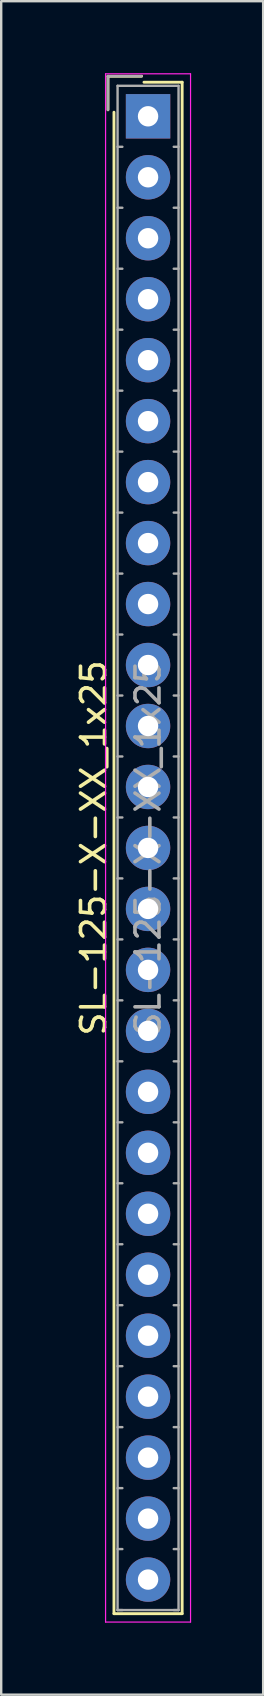
<source format=kicad_pcb>
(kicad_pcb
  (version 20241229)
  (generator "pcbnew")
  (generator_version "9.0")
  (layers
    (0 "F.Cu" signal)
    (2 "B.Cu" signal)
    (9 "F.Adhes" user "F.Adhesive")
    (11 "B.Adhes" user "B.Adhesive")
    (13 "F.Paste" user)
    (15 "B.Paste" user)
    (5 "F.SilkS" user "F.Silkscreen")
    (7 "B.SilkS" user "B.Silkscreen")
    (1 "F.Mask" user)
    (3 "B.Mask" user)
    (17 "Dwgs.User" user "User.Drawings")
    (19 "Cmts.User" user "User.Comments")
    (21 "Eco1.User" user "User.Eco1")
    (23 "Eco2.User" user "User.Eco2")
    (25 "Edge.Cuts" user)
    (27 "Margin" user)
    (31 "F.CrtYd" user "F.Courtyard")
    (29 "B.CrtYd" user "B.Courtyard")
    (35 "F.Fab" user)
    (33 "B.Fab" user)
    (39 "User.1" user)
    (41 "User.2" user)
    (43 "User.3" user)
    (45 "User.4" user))
  (footprint "SL-125-X-XX_1x25"
    (layer "F.Cu")
    (at 3.118 1.795)
    (property "Reference" "SL-125-X-XX_1x25" (at -2.27 30.48 90) (layer "F.SilkS") (effects (font (size 1 1) (thickness 0.15))))
    (attr through_hole)
    (fp_line (start -1.67 -1.67) (end -1.67 -0.27) (stroke (width 0.12) (type solid)) (layer "F.SilkS"))
    (fp_line (start -1.42 62.38) (end -1.42 -0.17) (stroke (width 0.12) (type solid)) (layer "F.SilkS"))
    (fp_line (start -0.27 -1.67) (end -1.67 -1.67) (stroke (width 0.12) (type solid)) (layer "F.SilkS"))
    (fp_line (start -0.17 -1.42) (end 1.42 -1.42) (stroke (width 0.12) (type solid)) (layer "F.SilkS"))
    (fp_line (start 1.42 -1.42) (end 1.42 62.38) (stroke (width 0.12) (type solid)) (layer "F.SilkS"))
    (fp_line (start 1.42 62.38) (end -1.42 62.38) (stroke (width 0.12) (type solid)) (layer "F.SilkS"))
    (fp_line (start -1.77 -1.77) (end -1.77 62.73) (stroke (width 0.05) (type solid)) (layer "F.CrtYd"))
    (fp_line (start -1.77 62.73) (end 1.77 62.73) (stroke (width 0.05) (type solid)) (layer "F.CrtYd"))
    (fp_line (start 1.77 -1.77) (end -1.77 -1.77) (stroke (width 0.05) (type solid)) (layer "F.CrtYd"))
    (fp_line (start 1.77 62.73) (end 1.77 -1.77) (stroke (width 0.05) (type solid)) (layer "F.CrtYd"))
    (fp_line (start -1.67 -1.67) (end -1.67 -0.27) (stroke (width 0.1) (type solid)) (layer "F.Fab"))
    (fp_line (start -1.27 -1.27) (end -1.27 62.23) (stroke (width 0.1) (type solid)) (layer "F.Fab"))
    (fp_line (start -1.27 1.27) (end -1.07 1.27) (stroke (width 0.1) (type solid)) (layer "F.Fab"))
    (fp_line (start -1.27 3.81) (end -1.07 3.81) (stroke (width 0.1) (type solid)) (layer "F.Fab"))
    (fp_line (start -1.27 6.35) (end -1.07 6.35) (stroke (width 0.1) (type solid)) (layer "F.Fab"))
    (fp_line (start -1.27 8.89) (end -1.07 8.89) (stroke (width 0.1) (type solid)) (layer "F.Fab"))
    (fp_line (start -1.27 11.43) (end -1.07 11.43) (stroke (width 0.1) (type solid)) (layer "F.Fab"))
    (fp_line (start -1.27 13.97) (end -1.07 13.97) (stroke (width 0.1) (type solid)) (layer "F.Fab"))
    (fp_line (start -1.27 16.51) (end -1.07 16.51) (stroke (width 0.1) (type solid)) (layer "F.Fab"))
    (fp_line (start -1.27 19.05) (end -1.07 19.05) (stroke (width 0.1) (type solid)) (layer "F.Fab"))
    (fp_line (start -1.27 21.59) (end -1.07 21.59) (stroke (width 0.1) (type solid)) (layer "F.Fab"))
    (fp_line (start -1.27 24.13) (end -1.07 24.13) (stroke (width 0.1) (type solid)) (layer "F.Fab"))
    (fp_line (start -1.27 26.67) (end -1.07 26.67) (stroke (width 0.1) (type solid)) (layer "F.Fab"))
    (fp_line (start -1.27 29.21) (end -1.07 29.21) (stroke (width 0.1) (type solid)) (layer "F.Fab"))
    (fp_line (start -1.27 31.75) (end -1.07 31.75) (stroke (width 0.1) (type solid)) (layer "F.Fab"))
    (fp_line (start -1.27 34.29) (end -1.07 34.29) (stroke (width 0.1) (type solid)) (layer "F.Fab"))
    (fp_line (start -1.27 36.83) (end -1.07 36.83) (stroke (width 0.1) (type solid)) (layer "F.Fab"))
    (fp_line (start -1.27 39.37) (end -1.07 39.37) (stroke (width 0.1) (type solid)) (layer "F.Fab"))
    (fp_line (start -1.27 41.91) (end -1.07 41.91) (stroke (width 0.1) (type solid)) (layer "F.Fab"))
    (fp_line (start -1.27 44.45) (end -1.07 44.45) (stroke (width 0.1) (type solid)) (layer "F.Fab"))
    (fp_line (start -1.27 46.99) (end -1.07 46.99) (stroke (width 0.1) (type solid)) (layer "F.Fab"))
    (fp_line (start -1.27 49.53) (end -1.07 49.53) (stroke (width 0.1) (type solid)) (layer "F.Fab"))
    (fp_line (start -1.27 52.07) (end -1.07 52.07) (stroke (width 0.1) (type solid)) (layer "F.Fab"))
    (fp_line (start -1.27 54.61) (end -1.07 54.61) (stroke (width 0.1) (type solid)) (layer "F.Fab"))
    (fp_line (start -1.27 57.15) (end -1.07 57.15) (stroke (width 0.1) (type solid)) (layer "F.Fab"))
    (fp_line (start -1.27 59.69) (end -1.07 59.69) (stroke (width 0.1) (type solid)) (layer "F.Fab"))
    (fp_line (start -1.27 62.23) (end -1.07 62.23) (stroke (width 0.1) (type solid)) (layer "F.Fab"))
    (fp_line (start -1.27 62.23) (end 1.27 62.23) (stroke (width 0.1) (type solid)) (layer "F.Fab"))
    (fp_line (start -0.27 -1.67) (end -1.67 -1.67) (stroke (width 0.1) (type solid)) (layer "F.Fab"))
    (fp_line (start 1.27 -1.27) (end -1.27 -1.27) (stroke (width 0.1) (type solid)) (layer "F.Fab"))
    (fp_line (start 1.27 1.27) (end 1.07 1.27) (stroke (width 0.1) (type solid)) (layer "F.Fab"))
    (fp_line (start 1.27 3.81) (end 1.07 3.81) (stroke (width 0.1) (type solid)) (layer "F.Fab"))
    (fp_line (start 1.27 6.35) (end 1.07 6.35) (stroke (width 0.1) (type solid)) (layer "F.Fab"))
    (fp_line (start 1.27 8.89) (end 1.07 8.89) (stroke (width 0.1) (type solid)) (layer "F.Fab"))
    (fp_line (start 1.27 11.43) (end 1.07 11.43) (stroke (width 0.1) (type solid)) (layer "F.Fab"))
    (fp_line (start 1.27 13.97) (end 1.07 13.97) (stroke (width 0.1) (type solid)) (layer "F.Fab"))
    (fp_line (start 1.27 16.51) (end 1.07 16.51) (stroke (width 0.1) (type solid)) (layer "F.Fab"))
    (fp_line (start 1.27 19.05) (end 1.07 19.05) (stroke (width 0.1) (type solid)) (layer "F.Fab"))
    (fp_line (start 1.27 21.59) (end 1.07 21.59) (stroke (width 0.1) (type solid)) (layer "F.Fab"))
    (fp_line (start 1.27 24.13) (end 1.07 24.13) (stroke (width 0.1) (type solid)) (layer "F.Fab"))
    (fp_line (start 1.27 26.67) (end 1.07 26.67) (stroke (width 0.1) (type solid)) (layer "F.Fab"))
    (fp_line (start 1.27 29.21) (end 1.07 29.21) (stroke (width 0.1) (type solid)) (layer "F.Fab"))
    (fp_line (start 1.27 31.75) (end 1.07 31.75) (stroke (width 0.1) (type solid)) (layer "F.Fab"))
    (fp_line (start 1.27 34.29) (end 1.07 34.29) (stroke (width 0.1) (type solid)) (layer "F.Fab"))
    (fp_line (start 1.27 36.83) (end 1.07 36.83) (stroke (width 0.1) (type solid)) (layer "F.Fab"))
    (fp_line (start 1.27 39.37) (end 1.07 39.37) (stroke (width 0.1) (type solid)) (layer "F.Fab"))
    (fp_line (start 1.27 41.91) (end 1.07 41.91) (stroke (width 0.1) (type solid)) (layer "F.Fab"))
    (fp_line (start 1.27 44.45) (end 1.07 44.45) (stroke (width 0.1) (type solid)) (layer "F.Fab"))
    (fp_line (start 1.27 46.99) (end 1.07 46.99) (stroke (width 0.1) (type solid)) (layer "F.Fab"))
    (fp_line (start 1.27 49.53) (end 1.07 49.53) (stroke (width 0.1) (type solid)) (layer "F.Fab"))
    (fp_line (start 1.27 52.07) (end 1.07 52.07) (stroke (width 0.1) (type solid)) (layer "F.Fab"))
    (fp_line (start 1.27 54.61) (end 1.07 54.61) (stroke (width 0.1) (type solid)) (layer "F.Fab"))
    (fp_line (start 1.27 57.15) (end 1.07 57.15) (stroke (width 0.1) (type solid)) (layer "F.Fab"))
    (fp_line (start 1.27 59.69) (end 1.07 59.69) (stroke (width 0.1) (type solid)) (layer "F.Fab"))
    (fp_line (start 1.27 62.23) (end 1.07 62.23) (stroke (width 0.1) (type solid)) (layer "F.Fab"))
    (fp_line (start 1.27 62.23) (end 1.27 -1.27) (stroke (width 0.1) (type solid)) (layer "F.Fab"))
    (fp_text user "${REFERENCE}" (at 0 30.48 90) (layer "F.Fab") (effects (font (size 1 1) (thickness 0.15))))
    (pad "1" thru_hole rect (at 0 0) (size 1.85 1.85) (drill 0.85) (layers "*.Cu" "*.Mask"))
    (pad "2" thru_hole circle (at 0 2.54) (size 1.85 1.85) (drill 0.85) (layers "*.Cu" "*.Mask"))
    (pad "3" thru_hole circle (at 0 5.08) (size 1.85 1.85) (drill 0.85) (layers "*.Cu" "*.Mask"))
    (pad "4" thru_hole circle (at 0 7.62) (size 1.85 1.85) (drill 0.85) (layers "*.Cu" "*.Mask"))
    (pad "5" thru_hole circle (at 0 10.16) (size 1.85 1.85) (drill 0.85) (layers "*.Cu" "*.Mask"))
    (pad "6" thru_hole circle (at 0 12.7) (size 1.85 1.85) (drill 0.85) (layers "*.Cu" "*.Mask"))
    (pad "7" thru_hole circle (at 0 15.24) (size 1.85 1.85) (drill 0.85) (layers "*.Cu" "*.Mask"))
    (pad "8" thru_hole circle (at 0 17.78) (size 1.85 1.85) (drill 0.85) (layers "*.Cu" "*.Mask"))
    (pad "9" thru_hole circle (at 0 20.32) (size 1.85 1.85) (drill 0.85) (layers "*.Cu" "*.Mask"))
    (pad "10" thru_hole circle (at 0 22.86) (size 1.85 1.85) (drill 0.85) (layers "*.Cu" "*.Mask"))
    (pad "11" thru_hole circle (at 0 25.4) (size 1.85 1.85) (drill 0.85) (layers "*.Cu" "*.Mask"))
    (pad "12" thru_hole circle (at 0 27.94) (size 1.85 1.85) (drill 0.85) (layers "*.Cu" "*.Mask"))
    (pad "13" thru_hole circle (at 0 30.48) (size 1.85 1.85) (drill 0.85) (layers "*.Cu" "*.Mask"))
    (pad "14" thru_hole circle (at 0 33.02) (size 1.85 1.85) (drill 0.85) (layers "*.Cu" "*.Mask"))
    (pad "15" thru_hole circle (at 0 35.56) (size 1.85 1.85) (drill 0.85) (layers "*.Cu" "*.Mask"))
    (pad "16" thru_hole circle (at 0 38.1) (size 1.85 1.85) (drill 0.85) (layers "*.Cu" "*.Mask"))
    (pad "17" thru_hole circle (at 0 40.64) (size 1.85 1.85) (drill 0.85) (layers "*.Cu" "*.Mask"))
    (pad "18" thru_hole circle (at 0 43.18) (size 1.85 1.85) (drill 0.85) (layers "*.Cu" "*.Mask"))
    (pad "19" thru_hole circle (at 0 45.72) (size 1.85 1.85) (drill 0.85) (layers "*.Cu" "*.Mask"))
    (pad "20" thru_hole circle (at 0 48.26) (size 1.85 1.85) (drill 0.85) (layers "*.Cu" "*.Mask"))
    (pad "21" thru_hole circle (at 0 50.8) (size 1.85 1.85) (drill 0.85) (layers "*.Cu" "*.Mask"))
    (pad "22" thru_hole circle (at 0 53.34) (size 1.85 1.85) (drill 0.85) (layers "*.Cu" "*.Mask"))
    (pad "23" thru_hole circle (at 0 55.88) (size 1.85 1.85) (drill 0.85) (layers "*.Cu" "*.Mask"))
    (pad "24" thru_hole circle (at 0 58.42) (size 1.85 1.85) (drill 0.85) (layers "*.Cu" "*.Mask"))
    (pad "25" thru_hole circle (at 0 60.96) (size 1.85 1.85) (drill 0.85) (layers "*.Cu" "*.Mask")))
  (gr_rect
    (start -3 -3)
    (end 7.913 67.55)
    (stroke (width 0.1) (type default))
    (fill no)
    (layer "Edge.Cuts")))
</source>
